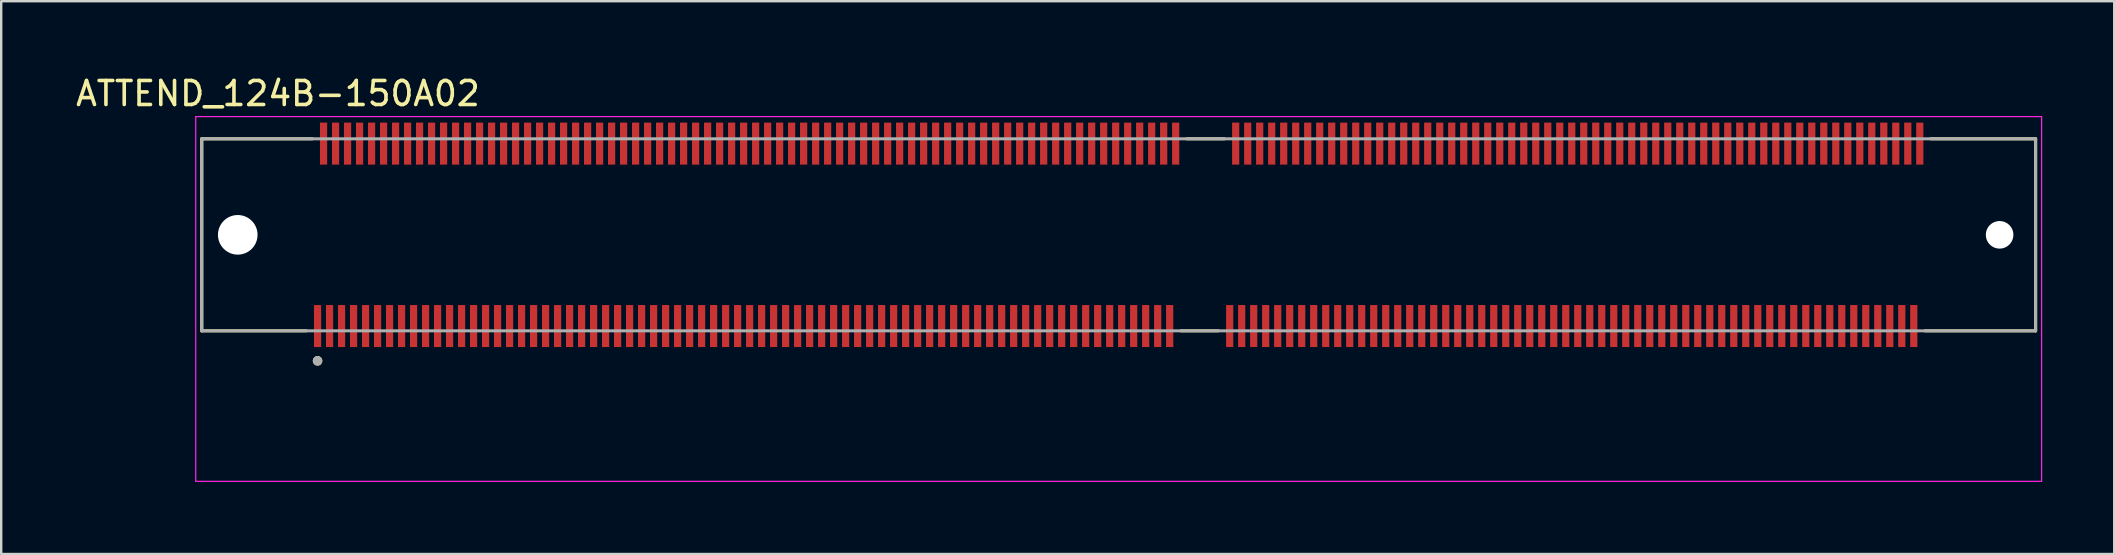
<source format=kicad_pcb>
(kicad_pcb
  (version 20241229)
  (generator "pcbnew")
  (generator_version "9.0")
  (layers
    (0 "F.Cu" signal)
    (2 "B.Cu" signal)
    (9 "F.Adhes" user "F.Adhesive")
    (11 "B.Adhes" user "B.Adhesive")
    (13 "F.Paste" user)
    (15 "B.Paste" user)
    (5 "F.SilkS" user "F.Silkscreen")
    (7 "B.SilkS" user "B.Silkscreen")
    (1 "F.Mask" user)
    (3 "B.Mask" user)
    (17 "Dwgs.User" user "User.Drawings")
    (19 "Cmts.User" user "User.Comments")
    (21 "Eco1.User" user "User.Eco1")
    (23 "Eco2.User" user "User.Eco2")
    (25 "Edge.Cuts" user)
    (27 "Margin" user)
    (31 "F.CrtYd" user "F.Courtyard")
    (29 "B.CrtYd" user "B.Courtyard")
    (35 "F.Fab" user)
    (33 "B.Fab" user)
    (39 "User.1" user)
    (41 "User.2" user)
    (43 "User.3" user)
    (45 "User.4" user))
  (footprint "ATTEND_124B-150A02"
    (layer "F.Cu")
    (at 43.555 6.733)
    (property "Reference" "ATTEND_124B-150A02" (at -35.025 -5.885 0) (layer "F.SilkS") (effects (font (size 1 1) (thickness 0.15))))
    (attr smd)
    (fp_line (start -38.2 -4) (end -33.595 -4) (stroke (width 0.127) (type solid)) (layer "F.SilkS"))
    (fp_line (start -38.2 4) (end -38.2 -4) (stroke (width 0.127) (type solid)) (layer "F.SilkS"))
    (fp_line (start -33.845 4) (end -38.2 4) (stroke (width 0.127) (type solid)) (layer "F.SilkS"))
    (fp_line (start 2.845 -4) (end 4.405 -4) (stroke (width 0.127) (type solid)) (layer "F.SilkS"))
    (fp_line (start 4.155 4) (end 2.595 4) (stroke (width 0.127) (type solid)) (layer "F.SilkS"))
    (fp_line (start 33.845 -4) (end 38.2 -4) (stroke (width 0.127) (type solid)) (layer "F.SilkS"))
    (fp_line (start 38.2 -4) (end 38.2 4) (stroke (width 0.127) (type solid)) (layer "F.SilkS"))
    (fp_line (start 38.2 4) (end 33.595 4) (stroke (width 0.127) (type solid)) (layer "F.SilkS"))
    (fp_circle (center -33.375 5.25) (end -33.275 5.25) (stroke (width 0.2) (type solid)) (fill no) (layer "F.SilkS"))
    (fp_line (start -38.45 -4.925) (end -38.45 10.271) (stroke (width 0.05) (type solid)) (layer "F.CrtYd"))
    (fp_line (start -38.45 10.271) (end 38.45 10.271) (stroke (width 0.05) (type solid)) (layer "F.CrtYd"))
    (fp_line (start 38.45 -4.925) (end -38.45 -4.925) (stroke (width 0.05) (type solid)) (layer "F.CrtYd"))
    (fp_line (start 38.45 10.271) (end 38.45 -4.925) (stroke (width 0.05) (type solid)) (layer "F.CrtYd"))
    (fp_line (start -38.2 -4) (end 38.2 -4) (stroke (width 0.127) (type solid)) (layer "F.Fab"))
    (fp_line (start -38.2 4) (end -38.2 -4) (stroke (width 0.127) (type solid)) (layer "F.Fab"))
    (fp_line (start 38.2 -4) (end 38.2 4) (stroke (width 0.127) (type solid)) (layer "F.Fab"))
    (fp_line (start 38.2 4) (end -38.2 4) (stroke (width 0.127) (type solid)) (layer "F.Fab"))
    (fp_circle (center -33.375 5.25) (end -33.275 5.25) (stroke (width 0.2) (type solid)) (fill no) (layer "F.Fab"))
    (pad "" np_thru_hole circle (at -36.7 0) (size 1.65 1.65) (drill 1.65) (layers "*.Cu" "*.Mask"))
    (pad "" np_thru_hole circle (at 36.7 0) (size 1.15 1.15) (drill 1.15) (layers "*.Cu" "*.Mask"))
    (pad "1" smd rect (at -33.375 3.8) (size 0.3 1.75) (layers "F.Cu" "F.Mask" "F.Paste"))
    (pad "2" smd rect (at -33.125 -3.8) (size 0.3 1.75) (layers "F.Cu" "F.Mask" "F.Paste"))
    (pad "3" smd rect (at -32.875 3.8) (size 0.3 1.75) (layers "F.Cu" "F.Mask" "F.Paste"))
    (pad "4" smd rect (at -32.625 -3.8) (size 0.3 1.75) (layers "F.Cu" "F.Mask" "F.Paste"))
    (pad "5" smd rect (at -32.375 3.8) (size 0.3 1.75) (layers "F.Cu" "F.Mask" "F.Paste"))
    (pad "6" smd rect (at -32.125 -3.8) (size 0.3 1.75) (layers "F.Cu" "F.Mask" "F.Paste"))
    (pad "7" smd rect (at -31.875 3.8) (size 0.3 1.75) (layers "F.Cu" "F.Mask" "F.Paste"))
    (pad "8" smd rect (at -31.625 -3.8) (size 0.3 1.75) (layers "F.Cu" "F.Mask" "F.Paste"))
    (pad "9" smd rect (at -31.375 3.8) (size 0.3 1.75) (layers "F.Cu" "F.Mask" "F.Paste"))
    (pad "10" smd rect (at -31.125 -3.8) (size 0.3 1.75) (layers "F.Cu" "F.Mask" "F.Paste"))
    (pad "11" smd rect (at -30.875 3.8) (size 0.3 1.75) (layers "F.Cu" "F.Mask" "F.Paste"))
    (pad "12" smd rect (at -30.625 -3.8) (size 0.3 1.75) (layers "F.Cu" "F.Mask" "F.Paste"))
    (pad "13" smd rect (at -30.375 3.8) (size 0.3 1.75) (layers "F.Cu" "F.Mask" "F.Paste"))
    (pad "14" smd rect (at -30.125 -3.8) (size 0.3 1.75) (layers "F.Cu" "F.Mask" "F.Paste"))
    (pad "15" smd rect (at -29.875 3.8) (size 0.3 1.75) (layers "F.Cu" "F.Mask" "F.Paste"))
    (pad "16" smd rect (at -29.625 -3.8) (size 0.3 1.75) (layers "F.Cu" "F.Mask" "F.Paste"))
    (pad "17" smd rect (at -29.375 3.8) (size 0.3 1.75) (layers "F.Cu" "F.Mask" "F.Paste"))
    (pad "18" smd rect (at -29.125 -3.8) (size 0.3 1.75) (layers "F.Cu" "F.Mask" "F.Paste"))
    (pad "19" smd rect (at -28.875 3.8) (size 0.3 1.75) (layers "F.Cu" "F.Mask" "F.Paste"))
    (pad "20" smd rect (at -28.625 -3.8) (size 0.3 1.75) (layers "F.Cu" "F.Mask" "F.Paste"))
    (pad "21" smd rect (at -28.375 3.8) (size 0.3 1.75) (layers "F.Cu" "F.Mask" "F.Paste"))
    (pad "22" smd rect (at -28.125 -3.8) (size 0.3 1.75) (layers "F.Cu" "F.Mask" "F.Paste"))
    (pad "23" smd rect (at -27.875 3.8) (size 0.3 1.75) (layers "F.Cu" "F.Mask" "F.Paste"))
    (pad "24" smd rect (at -27.625 -3.8) (size 0.3 1.75) (layers "F.Cu" "F.Mask" "F.Paste"))
    (pad "25" smd rect (at -27.375 3.8) (size 0.3 1.75) (layers "F.Cu" "F.Mask" "F.Paste"))
    (pad "26" smd rect (at -27.125 -3.8) (size 0.3 1.75) (layers "F.Cu" "F.Mask" "F.Paste"))
    (pad "27" smd rect (at -26.875 3.8) (size 0.3 1.75) (layers "F.Cu" "F.Mask" "F.Paste"))
    (pad "28" smd rect (at -26.625 -3.8) (size 0.3 1.75) (layers "F.Cu" "F.Mask" "F.Paste"))
    (pad "29" smd rect (at -26.375 3.8) (size 0.3 1.75) (layers "F.Cu" "F.Mask" "F.Paste"))
    (pad "30" smd rect (at -26.125 -3.8) (size 0.3 1.75) (layers "F.Cu" "F.Mask" "F.Paste"))
    (pad "31" smd rect (at -25.875 3.8) (size 0.3 1.75) (layers "F.Cu" "F.Mask" "F.Paste"))
    (pad "32" smd rect (at -25.625 -3.8) (size 0.3 1.75) (layers "F.Cu" "F.Mask" "F.Paste"))
    (pad "33" smd rect (at -25.375 3.8) (size 0.3 1.75) (layers "F.Cu" "F.Mask" "F.Paste"))
    (pad "34" smd rect (at -25.125 -3.8) (size 0.3 1.75) (layers "F.Cu" "F.Mask" "F.Paste"))
    (pad "35" smd rect (at -24.875 3.8) (size 0.3 1.75) (layers "F.Cu" "F.Mask" "F.Paste"))
    (pad "36" smd rect (at -24.625 -3.8) (size 0.3 1.75) (layers "F.Cu" "F.Mask" "F.Paste"))
    (pad "37" smd rect (at -24.375 3.8) (size 0.3 1.75) (layers "F.Cu" "F.Mask" "F.Paste"))
    (pad "38" smd rect (at -24.125 -3.8) (size 0.3 1.75) (layers "F.Cu" "F.Mask" "F.Paste"))
    (pad "39" smd rect (at -23.875 3.8) (size 0.3 1.75) (layers "F.Cu" "F.Mask" "F.Paste"))
    (pad "40" smd rect (at -23.625 -3.8) (size 0.3 1.75) (layers "F.Cu" "F.Mask" "F.Paste"))
    (pad "41" smd rect (at -23.375 3.8) (size 0.3 1.75) (layers "F.Cu" "F.Mask" "F.Paste"))
    (pad "42" smd rect (at -23.125 -3.8) (size 0.3 1.75) (layers "F.Cu" "F.Mask" "F.Paste"))
    (pad "43" smd rect (at -22.875 3.8) (size 0.3 1.75) (layers "F.Cu" "F.Mask" "F.Paste"))
    (pad "44" smd rect (at -22.625 -3.8) (size 0.3 1.75) (layers "F.Cu" "F.Mask" "F.Paste"))
    (pad "45" smd rect (at -22.375 3.8) (size 0.3 1.75) (layers "F.Cu" "F.Mask" "F.Paste"))
    (pad "46" smd rect (at -22.125 -3.8) (size 0.3 1.75) (layers "F.Cu" "F.Mask" "F.Paste"))
    (pad "47" smd rect (at -21.875 3.8) (size 0.3 1.75) (layers "F.Cu" "F.Mask" "F.Paste"))
    (pad "48" smd rect (at -21.625 -3.8) (size 0.3 1.75) (layers "F.Cu" "F.Mask" "F.Paste"))
    (pad "49" smd rect (at -21.375 3.8) (size 0.3 1.75) (layers "F.Cu" "F.Mask" "F.Paste"))
    (pad "50" smd rect (at -21.125 -3.8) (size 0.3 1.75) (layers "F.Cu" "F.Mask" "F.Paste"))
    (pad "51" smd rect (at -20.875 3.8) (size 0.3 1.75) (layers "F.Cu" "F.Mask" "F.Paste"))
    (pad "52" smd rect (at -20.625 -3.8) (size 0.3 1.75) (layers "F.Cu" "F.Mask" "F.Paste"))
    (pad "53" smd rect (at -20.375 3.8) (size 0.3 1.75) (layers "F.Cu" "F.Mask" "F.Paste"))
    (pad "54" smd rect (at -20.125 -3.8) (size 0.3 1.75) (layers "F.Cu" "F.Mask" "F.Paste"))
    (pad "55" smd rect (at -19.875 3.8) (size 0.3 1.75) (layers "F.Cu" "F.Mask" "F.Paste"))
    (pad "56" smd rect (at -19.625 -3.8) (size 0.3 1.75) (layers "F.Cu" "F.Mask" "F.Paste"))
    (pad "57" smd rect (at -19.375 3.8) (size 0.3 1.75) (layers "F.Cu" "F.Mask" "F.Paste"))
    (pad "58" smd rect (at -19.125 -3.8) (size 0.3 1.75) (layers "F.Cu" "F.Mask" "F.Paste"))
    (pad "59" smd rect (at -18.875 3.8) (size 0.3 1.75) (layers "F.Cu" "F.Mask" "F.Paste"))
    (pad "60" smd rect (at -18.625 -3.8) (size 0.3 1.75) (layers "F.Cu" "F.Mask" "F.Paste"))
    (pad "61" smd rect (at -18.375 3.8) (size 0.3 1.75) (layers "F.Cu" "F.Mask" "F.Paste"))
    (pad "62" smd rect (at -18.125 -3.8) (size 0.3 1.75) (layers "F.Cu" "F.Mask" "F.Paste"))
    (pad "63" smd rect (at -17.875 3.8) (size 0.3 1.75) (layers "F.Cu" "F.Mask" "F.Paste"))
    (pad "64" smd rect (at -17.625 -3.8) (size 0.3 1.75) (layers "F.Cu" "F.Mask" "F.Paste"))
    (pad "65" smd rect (at -17.375 3.8) (size 0.3 1.75) (layers "F.Cu" "F.Mask" "F.Paste"))
    (pad "66" smd rect (at -17.125 -3.8) (size 0.3 1.75) (layers "F.Cu" "F.Mask" "F.Paste"))
    (pad "67" smd rect (at -16.875 3.8) (size 0.3 1.75) (layers "F.Cu" "F.Mask" "F.Paste"))
    (pad "68" smd rect (at -16.625 -3.8) (size 0.3 1.75) (layers "F.Cu" "F.Mask" "F.Paste"))
    (pad "69" smd rect (at -16.375 3.8) (size 0.3 1.75) (layers "F.Cu" "F.Mask" "F.Paste"))
    (pad "70" smd rect (at -16.125 -3.8) (size 0.3 1.75) (layers "F.Cu" "F.Mask" "F.Paste"))
    (pad "71" smd rect (at -15.875 3.8) (size 0.3 1.75) (layers "F.Cu" "F.Mask" "F.Paste"))
    (pad "72" smd rect (at -15.625 -3.8) (size 0.3 1.75) (layers "F.Cu" "F.Mask" "F.Paste"))
    (pad "73" smd rect (at -15.375 3.8) (size 0.3 1.75) (layers "F.Cu" "F.Mask" "F.Paste"))
    (pad "74" smd rect (at -15.125 -3.8) (size 0.3 1.75) (layers "F.Cu" "F.Mask" "F.Paste"))
    (pad "75" smd rect (at -14.875 3.8) (size 0.3 1.75) (layers "F.Cu" "F.Mask" "F.Paste"))
    (pad "76" smd rect (at -14.625 -3.8) (size 0.3 1.75) (layers "F.Cu" "F.Mask" "F.Paste"))
    (pad "77" smd rect (at -14.375 3.8) (size 0.3 1.75) (layers "F.Cu" "F.Mask" "F.Paste"))
    (pad "78" smd rect (at -14.125 -3.8) (size 0.3 1.75) (layers "F.Cu" "F.Mask" "F.Paste"))
    (pad "79" smd rect (at -13.875 3.8) (size 0.3 1.75) (layers "F.Cu" "F.Mask" "F.Paste"))
    (pad "80" smd rect (at -13.625 -3.8) (size 0.3 1.75) (layers "F.Cu" "F.Mask" "F.Paste"))
    (pad "81" smd rect (at -13.375 3.8) (size 0.3 1.75) (layers "F.Cu" "F.Mask" "F.Paste"))
    (pad "82" smd rect (at -13.125 -3.8) (size 0.3 1.75) (layers "F.Cu" "F.Mask" "F.Paste"))
    (pad "83" smd rect (at -12.875 3.8) (size 0.3 1.75) (layers "F.Cu" "F.Mask" "F.Paste"))
    (pad "84" smd rect (at -12.625 -3.8) (size 0.3 1.75) (layers "F.Cu" "F.Mask" "F.Paste"))
    (pad "85" smd rect (at -12.375 3.8) (size 0.3 1.75) (layers "F.Cu" "F.Mask" "F.Paste"))
    (pad "86" smd rect (at -12.125 -3.8) (size 0.3 1.75) (layers "F.Cu" "F.Mask" "F.Paste"))
    (pad "87" smd rect (at -11.875 3.8) (size 0.3 1.75) (layers "F.Cu" "F.Mask" "F.Paste"))
    (pad "88" smd rect (at -11.625 -3.8) (size 0.3 1.75) (layers "F.Cu" "F.Mask" "F.Paste"))
    (pad "89" smd rect (at -11.375 3.8) (size 0.3 1.75) (layers "F.Cu" "F.Mask" "F.Paste"))
    (pad "90" smd rect (at -11.125 -3.8) (size 0.3 1.75) (layers "F.Cu" "F.Mask" "F.Paste"))
    (pad "91" smd rect (at -10.875 3.8) (size 0.3 1.75) (layers "F.Cu" "F.Mask" "F.Paste"))
    (pad "92" smd rect (at -10.625 -3.8) (size 0.3 1.75) (layers "F.Cu" "F.Mask" "F.Paste"))
    (pad "93" smd rect (at -10.375 3.8) (size 0.3 1.75) (layers "F.Cu" "F.Mask" "F.Paste"))
    (pad "94" smd rect (at -10.125 -3.8) (size 0.3 1.75) (layers "F.Cu" "F.Mask" "F.Paste"))
    (pad "95" smd rect (at -9.875 3.8) (size 0.3 1.75) (layers "F.Cu" "F.Mask" "F.Paste"))
    (pad "96" smd rect (at -9.625 -3.8) (size 0.3 1.75) (layers "F.Cu" "F.Mask" "F.Paste"))
    (pad "97" smd rect (at -9.375 3.8) (size 0.3 1.75) (layers "F.Cu" "F.Mask" "F.Paste"))
    (pad "98" smd rect (at -9.125 -3.8) (size 0.3 1.75) (layers "F.Cu" "F.Mask" "F.Paste"))
    (pad "99" smd rect (at -8.875 3.8) (size 0.3 1.75) (layers "F.Cu" "F.Mask" "F.Paste"))
    (pad "100" smd rect (at -8.625 -3.8) (size 0.3 1.75) (layers "F.Cu" "F.Mask" "F.Paste"))
    (pad "101" smd rect (at -8.375 3.8) (size 0.3 1.75) (layers "F.Cu" "F.Mask" "F.Paste"))
    (pad "102" smd rect (at -8.125 -3.8) (size 0.3 1.75) (layers "F.Cu" "F.Mask" "F.Paste"))
    (pad "103" smd rect (at -7.875 3.8) (size 0.3 1.75) (layers "F.Cu" "F.Mask" "F.Paste"))
    (pad "104" smd rect (at -7.625 -3.8) (size 0.3 1.75) (layers "F.Cu" "F.Mask" "F.Paste"))
    (pad "105" smd rect (at -7.375 3.8) (size 0.3 1.75) (layers "F.Cu" "F.Mask" "F.Paste"))
    (pad "106" smd rect (at -7.125 -3.8) (size 0.3 1.75) (layers "F.Cu" "F.Mask" "F.Paste"))
    (pad "107" smd rect (at -6.875 3.8) (size 0.3 1.75) (layers "F.Cu" "F.Mask" "F.Paste"))
    (pad "108" smd rect (at -6.625 -3.8) (size 0.3 1.75) (layers "F.Cu" "F.Mask" "F.Paste"))
    (pad "109" smd rect (at -6.375 3.8) (size 0.3 1.75) (layers "F.Cu" "F.Mask" "F.Paste"))
    (pad "110" smd rect (at -6.125 -3.8) (size 0.3 1.75) (layers "F.Cu" "F.Mask" "F.Paste"))
    (pad "111" smd rect (at -5.875 3.8) (size 0.3 1.75) (layers "F.Cu" "F.Mask" "F.Paste"))
    (pad "112" smd rect (at -5.625 -3.8) (size 0.3 1.75) (layers "F.Cu" "F.Mask" "F.Paste"))
    (pad "113" smd rect (at -5.375 3.8) (size 0.3 1.75) (layers "F.Cu" "F.Mask" "F.Paste"))
    (pad "114" smd rect (at -5.125 -3.8) (size 0.3 1.75) (layers "F.Cu" "F.Mask" "F.Paste"))
    (pad "115" smd rect (at -4.875 3.8) (size 0.3 1.75) (layers "F.Cu" "F.Mask" "F.Paste"))
    (pad "116" smd rect (at -4.625 -3.8) (size 0.3 1.75) (layers "F.Cu" "F.Mask" "F.Paste"))
    (pad "117" smd rect (at -4.375 3.8) (size 0.3 1.75) (layers "F.Cu" "F.Mask" "F.Paste"))
    (pad "118" smd rect (at -4.125 -3.8) (size 0.3 1.75) (layers "F.Cu" "F.Mask" "F.Paste"))
    (pad "119" smd rect (at -3.875 3.8) (size 0.3 1.75) (layers "F.Cu" "F.Mask" "F.Paste"))
    (pad "120" smd rect (at -3.625 -3.8) (size 0.3 1.75) (layers "F.Cu" "F.Mask" "F.Paste"))
    (pad "121" smd rect (at -3.375 3.8) (size 0.3 1.75) (layers "F.Cu" "F.Mask" "F.Paste"))
    (pad "122" smd rect (at -3.125 -3.8) (size 0.3 1.75) (layers "F.Cu" "F.Mask" "F.Paste"))
    (pad "123" smd rect (at -2.875 3.8) (size 0.3 1.75) (layers "F.Cu" "F.Mask" "F.Paste"))
    (pad "124" smd rect (at -2.625 -3.8) (size 0.3 1.75) (layers "F.Cu" "F.Mask" "F.Paste"))
    (pad "125" smd rect (at -2.375 3.8) (size 0.3 1.75) (layers "F.Cu" "F.Mask" "F.Paste"))
    (pad "126" smd rect (at -2.125 -3.8) (size 0.3 1.75) (layers "F.Cu" "F.Mask" "F.Paste"))
    (pad "127" smd rect (at -1.875 3.8) (size 0.3 1.75) (layers "F.Cu" "F.Mask" "F.Paste"))
    (pad "128" smd rect (at -1.625 -3.8) (size 0.3 1.75) (layers "F.Cu" "F.Mask" "F.Paste"))
    (pad "129" smd rect (at -1.375 3.8) (size 0.3 1.75) (layers "F.Cu" "F.Mask" "F.Paste"))
    (pad "130" smd rect (at -1.125 -3.8) (size 0.3 1.75) (layers "F.Cu" "F.Mask" "F.Paste"))
    (pad "131" smd rect (at -0.875 3.8) (size 0.3 1.75) (layers "F.Cu" "F.Mask" "F.Paste"))
    (pad "132" smd rect (at -0.625 -3.8) (size 0.3 1.75) (layers "F.Cu" "F.Mask" "F.Paste"))
    (pad "133" smd rect (at -0.375 3.8) (size 0.3 1.75) (layers "F.Cu" "F.Mask" "F.Paste"))
    (pad "134" smd rect (at -0.125 -3.8) (size 0.3 1.75) (layers "F.Cu" "F.Mask" "F.Paste"))
    (pad "135" smd rect (at 0.125 3.8) (size 0.3 1.75) (layers "F.Cu" "F.Mask" "F.Paste"))
    (pad "136" smd rect (at 0.375 -3.8) (size 0.3 1.75) (layers "F.Cu" "F.Mask" "F.Paste"))
    (pad "137" smd rect (at 0.625 3.8) (size 0.3 1.75) (layers "F.Cu" "F.Mask" "F.Paste"))
    (pad "138" smd rect (at 0.875 -3.8) (size 0.3 1.75) (layers "F.Cu" "F.Mask" "F.Paste"))
    (pad "139" smd rect (at 1.125 3.8) (size 0.3 1.75) (layers "F.Cu" "F.Mask" "F.Paste"))
    (pad "140" smd rect (at 1.375 -3.8) (size 0.3 1.75) (layers "F.Cu" "F.Mask" "F.Paste"))
    (pad "141" smd rect (at 1.625 3.8) (size 0.3 1.75) (layers "F.Cu" "F.Mask" "F.Paste"))
    (pad "142" smd rect (at 1.875 -3.8) (size 0.3 1.75) (layers "F.Cu" "F.Mask" "F.Paste"))
    (pad "143" smd rect (at 2.125 3.8) (size 0.3 1.75) (layers "F.Cu" "F.Mask" "F.Paste"))
    (pad "144" smd rect (at 2.375 -3.8) (size 0.3 1.75) (layers "F.Cu" "F.Mask" "F.Paste"))
    (pad "145" smd rect (at 4.625 3.8) (size 0.3 1.75) (layers "F.Cu" "F.Mask" "F.Paste"))
    (pad "146" smd rect (at 4.875 -3.8) (size 0.3 1.75) (layers "F.Cu" "F.Mask" "F.Paste"))
    (pad "147" smd rect (at 5.125 3.8) (size 0.3 1.75) (layers "F.Cu" "F.Mask" "F.Paste"))
    (pad "148" smd rect (at 5.375 -3.8) (size 0.3 1.75) (layers "F.Cu" "F.Mask" "F.Paste"))
    (pad "149" smd rect (at 5.625 3.8) (size 0.3 1.75) (layers "F.Cu" "F.Mask" "F.Paste"))
    (pad "150" smd rect (at 5.875 -3.8) (size 0.3 1.75) (layers "F.Cu" "F.Mask" "F.Paste"))
    (pad "151" smd rect (at 6.125 3.8) (size 0.3 1.75) (layers "F.Cu" "F.Mask" "F.Paste"))
    (pad "152" smd rect (at 6.375 -3.8) (size 0.3 1.75) (layers "F.Cu" "F.Mask" "F.Paste"))
    (pad "153" smd rect (at 6.625 3.8) (size 0.3 1.75) (layers "F.Cu" "F.Mask" "F.Paste"))
    (pad "154" smd rect (at 6.875 -3.8) (size 0.3 1.75) (layers "F.Cu" "F.Mask" "F.Paste"))
    (pad "155" smd rect (at 7.125 3.8) (size 0.3 1.75) (layers "F.Cu" "F.Mask" "F.Paste"))
    (pad "156" smd rect (at 7.375 -3.8) (size 0.3 1.75) (layers "F.Cu" "F.Mask" "F.Paste"))
    (pad "157" smd rect (at 7.625 3.8) (size 0.3 1.75) (layers "F.Cu" "F.Mask" "F.Paste"))
    (pad "158" smd rect (at 7.875 -3.8) (size 0.3 1.75) (layers "F.Cu" "F.Mask" "F.Paste"))
    (pad "159" smd rect (at 8.125 3.8) (size 0.3 1.75) (layers "F.Cu" "F.Mask" "F.Paste"))
    (pad "160" smd rect (at 8.375 -3.8) (size 0.3 1.75) (layers "F.Cu" "F.Mask" "F.Paste"))
    (pad "161" smd rect (at 8.625 3.8) (size 0.3 1.75) (layers "F.Cu" "F.Mask" "F.Paste"))
    (pad "162" smd rect (at 8.875 -3.8) (size 0.3 1.75) (layers "F.Cu" "F.Mask" "F.Paste"))
    (pad "163" smd rect (at 9.125 3.8) (size 0.3 1.75) (layers "F.Cu" "F.Mask" "F.Paste"))
    (pad "164" smd rect (at 9.375 -3.8) (size 0.3 1.75) (layers "F.Cu" "F.Mask" "F.Paste"))
    (pad "165" smd rect (at 9.625 3.8) (size 0.3 1.75) (layers "F.Cu" "F.Mask" "F.Paste"))
    (pad "166" smd rect (at 9.875 -3.8) (size 0.3 1.75) (layers "F.Cu" "F.Mask" "F.Paste"))
    (pad "167" smd rect (at 10.125 3.8) (size 0.3 1.75) (layers "F.Cu" "F.Mask" "F.Paste"))
    (pad "168" smd rect (at 10.375 -3.8) (size 0.3 1.75) (layers "F.Cu" "F.Mask" "F.Paste"))
    (pad "169" smd rect (at 10.625 3.8) (size 0.3 1.75) (layers "F.Cu" "F.Mask" "F.Paste"))
    (pad "170" smd rect (at 10.875 -3.8) (size 0.3 1.75) (layers "F.Cu" "F.Mask" "F.Paste"))
    (pad "171" smd rect (at 11.125 3.8) (size 0.3 1.75) (layers "F.Cu" "F.Mask" "F.Paste"))
    (pad "172" smd rect (at 11.375 -3.8) (size 0.3 1.75) (layers "F.Cu" "F.Mask" "F.Paste"))
    (pad "173" smd rect (at 11.625 3.8) (size 0.3 1.75) (layers "F.Cu" "F.Mask" "F.Paste"))
    (pad "174" smd rect (at 11.875 -3.8) (size 0.3 1.75) (layers "F.Cu" "F.Mask" "F.Paste"))
    (pad "175" smd rect (at 12.125 3.8) (size 0.3 1.75) (layers "F.Cu" "F.Mask" "F.Paste"))
    (pad "176" smd rect (at 12.375 -3.8) (size 0.3 1.75) (layers "F.Cu" "F.Mask" "F.Paste"))
    (pad "177" smd rect (at 12.625 3.8) (size 0.3 1.75) (layers "F.Cu" "F.Mask" "F.Paste"))
    (pad "178" smd rect (at 12.875 -3.8) (size 0.3 1.75) (layers "F.Cu" "F.Mask" "F.Paste"))
    (pad "179" smd rect (at 13.125 3.8) (size 0.3 1.75) (layers "F.Cu" "F.Mask" "F.Paste"))
    (pad "180" smd rect (at 13.375 -3.8) (size 0.3 1.75) (layers "F.Cu" "F.Mask" "F.Paste"))
    (pad "181" smd rect (at 13.625 3.8) (size 0.3 1.75) (layers "F.Cu" "F.Mask" "F.Paste"))
    (pad "182" smd rect (at 13.875 -3.8) (size 0.3 1.75) (layers "F.Cu" "F.Mask" "F.Paste"))
    (pad "183" smd rect (at 14.125 3.8) (size 0.3 1.75) (layers "F.Cu" "F.Mask" "F.Paste"))
    (pad "184" smd rect (at 14.375 -3.8) (size 0.3 1.75) (layers "F.Cu" "F.Mask" "F.Paste"))
    (pad "185" smd rect (at 14.625 3.8) (size 0.3 1.75) (layers "F.Cu" "F.Mask" "F.Paste"))
    (pad "186" smd rect (at 14.875 -3.8) (size 0.3 1.75) (layers "F.Cu" "F.Mask" "F.Paste"))
    (pad "187" smd rect (at 15.125 3.8) (size 0.3 1.75) (layers "F.Cu" "F.Mask" "F.Paste"))
    (pad "188" smd rect (at 15.375 -3.8) (size 0.3 1.75) (layers "F.Cu" "F.Mask" "F.Paste"))
    (pad "189" smd rect (at 15.625 3.8) (size 0.3 1.75) (layers "F.Cu" "F.Mask" "F.Paste"))
    (pad "190" smd rect (at 15.875 -3.8) (size 0.3 1.75) (layers "F.Cu" "F.Mask" "F.Paste"))
    (pad "191" smd rect (at 16.125 3.8) (size 0.3 1.75) (layers "F.Cu" "F.Mask" "F.Paste"))
    (pad "192" smd rect (at 16.375 -3.8) (size 0.3 1.75) (layers "F.Cu" "F.Mask" "F.Paste"))
    (pad "193" smd rect (at 16.625 3.8) (size 0.3 1.75) (layers "F.Cu" "F.Mask" "F.Paste"))
    (pad "194" smd rect (at 16.875 -3.8) (size 0.3 1.75) (layers "F.Cu" "F.Mask" "F.Paste"))
    (pad "195" smd rect (at 17.125 3.8) (size 0.3 1.75) (layers "F.Cu" "F.Mask" "F.Paste"))
    (pad "196" smd rect (at 17.375 -3.8) (size 0.3 1.75) (layers "F.Cu" "F.Mask" "F.Paste"))
    (pad "197" smd rect (at 17.625 3.8) (size 0.3 1.75) (layers "F.Cu" "F.Mask" "F.Paste"))
    (pad "198" smd rect (at 17.875 -3.8) (size 0.3 1.75) (layers "F.Cu" "F.Mask" "F.Paste"))
    (pad "199" smd rect (at 18.125 3.8) (size 0.3 1.75) (layers "F.Cu" "F.Mask" "F.Paste"))
    (pad "200" smd rect (at 18.375 -3.8) (size 0.3 1.75) (layers "F.Cu" "F.Mask" "F.Paste"))
    (pad "201" smd rect (at 18.625 3.8) (size 0.3 1.75) (layers "F.Cu" "F.Mask" "F.Paste"))
    (pad "202" smd rect (at 18.875 -3.8) (size 0.3 1.75) (layers "F.Cu" "F.Mask" "F.Paste"))
    (pad "203" smd rect (at 19.125 3.8) (size 0.3 1.75) (layers "F.Cu" "F.Mask" "F.Paste"))
    (pad "204" smd rect (at 19.375 -3.8) (size 0.3 1.75) (layers "F.Cu" "F.Mask" "F.Paste"))
    (pad "205" smd rect (at 19.625 3.8) (size 0.3 1.75) (layers "F.Cu" "F.Mask" "F.Paste"))
    (pad "206" smd rect (at 19.875 -3.8) (size 0.3 1.75) (layers "F.Cu" "F.Mask" "F.Paste"))
    (pad "207" smd rect (at 20.125 3.8) (size 0.3 1.75) (layers "F.Cu" "F.Mask" "F.Paste"))
    (pad "208" smd rect (at 20.375 -3.8) (size 0.3 1.75) (layers "F.Cu" "F.Mask" "F.Paste"))
    (pad "209" smd rect (at 20.625 3.8) (size 0.3 1.75) (layers "F.Cu" "F.Mask" "F.Paste"))
    (pad "210" smd rect (at 20.875 -3.8) (size 0.3 1.75) (layers "F.Cu" "F.Mask" "F.Paste"))
    (pad "211" smd rect (at 21.125 3.8) (size 0.3 1.75) (layers "F.Cu" "F.Mask" "F.Paste"))
    (pad "212" smd rect (at 21.375 -3.8) (size 0.3 1.75) (layers "F.Cu" "F.Mask" "F.Paste"))
    (pad "213" smd rect (at 21.625 3.8) (size 0.3 1.75) (layers "F.Cu" "F.Mask" "F.Paste"))
    (pad "214" smd rect (at 21.875 -3.8) (size 0.3 1.75) (layers "F.Cu" "F.Mask" "F.Paste"))
    (pad "215" smd rect (at 22.125 3.8) (size 0.3 1.75) (layers "F.Cu" "F.Mask" "F.Paste"))
    (pad "216" smd rect (at 22.375 -3.8) (size 0.3 1.75) (layers "F.Cu" "F.Mask" "F.Paste"))
    (pad "217" smd rect (at 22.625 3.8) (size 0.3 1.75) (layers "F.Cu" "F.Mask" "F.Paste"))
    (pad "218" smd rect (at 22.875 -3.8) (size 0.3 1.75) (layers "F.Cu" "F.Mask" "F.Paste"))
    (pad "219" smd rect (at 23.125 3.8) (size 0.3 1.75) (layers "F.Cu" "F.Mask" "F.Paste"))
    (pad "220" smd rect (at 23.375 -3.8) (size 0.3 1.75) (layers "F.Cu" "F.Mask" "F.Paste"))
    (pad "221" smd rect (at 23.625 3.8) (size 0.3 1.75) (layers "F.Cu" "F.Mask" "F.Paste"))
    (pad "222" smd rect (at 23.875 -3.8) (size 0.3 1.75) (layers "F.Cu" "F.Mask" "F.Paste"))
    (pad "223" smd rect (at 24.125 3.8) (size 0.3 1.75) (layers "F.Cu" "F.Mask" "F.Paste"))
    (pad "224" smd rect (at 24.375 -3.8) (size 0.3 1.75) (layers "F.Cu" "F.Mask" "F.Paste"))
    (pad "225" smd rect (at 24.625 3.8) (size 0.3 1.75) (layers "F.Cu" "F.Mask" "F.Paste"))
    (pad "226" smd rect (at 24.875 -3.8) (size 0.3 1.75) (layers "F.Cu" "F.Mask" "F.Paste"))
    (pad "227" smd rect (at 25.125 3.8) (size 0.3 1.75) (layers "F.Cu" "F.Mask" "F.Paste"))
    (pad "228" smd rect (at 25.375 -3.8) (size 0.3 1.75) (layers "F.Cu" "F.Mask" "F.Paste"))
    (pad "229" smd rect (at 25.625 3.8) (size 0.3 1.75) (layers "F.Cu" "F.Mask" "F.Paste"))
    (pad "230" smd rect (at 25.875 -3.8) (size 0.3 1.75) (layers "F.Cu" "F.Mask" "F.Paste"))
    (pad "231" smd rect (at 26.125 3.8) (size 0.3 1.75) (layers "F.Cu" "F.Mask" "F.Paste"))
    (pad "232" smd rect (at 26.375 -3.8) (size 0.3 1.75) (layers "F.Cu" "F.Mask" "F.Paste"))
    (pad "233" smd rect (at 26.625 3.8) (size 0.3 1.75) (layers "F.Cu" "F.Mask" "F.Paste"))
    (pad "234" smd rect (at 26.875 -3.8) (size 0.3 1.75) (layers "F.Cu" "F.Mask" "F.Paste"))
    (pad "235" smd rect (at 27.125 3.8) (size 0.3 1.75) (layers "F.Cu" "F.Mask" "F.Paste"))
    (pad "236" smd rect (at 27.375 -3.8) (size 0.3 1.75) (layers "F.Cu" "F.Mask" "F.Paste"))
    (pad "237" smd rect (at 27.625 3.8) (size 0.3 1.75) (layers "F.Cu" "F.Mask" "F.Paste"))
    (pad "238" smd rect (at 27.875 -3.8) (size 0.3 1.75) (layers "F.Cu" "F.Mask" "F.Paste"))
    (pad "239" smd rect (at 28.125 3.8) (size 0.3 1.75) (layers "F.Cu" "F.Mask" "F.Paste"))
    (pad "240" smd rect (at 28.375 -3.8) (size 0.3 1.75) (layers "F.Cu" "F.Mask" "F.Paste"))
    (pad "241" smd rect (at 28.625 3.8) (size 0.3 1.75) (layers "F.Cu" "F.Mask" "F.Paste"))
    (pad "242" smd rect (at 28.875 -3.8) (size 0.3 1.75) (layers "F.Cu" "F.Mask" "F.Paste"))
    (pad "243" smd rect (at 29.125 3.8) (size 0.3 1.75) (layers "F.Cu" "F.Mask" "F.Paste"))
    (pad "244" smd rect (at 29.375 -3.8) (size 0.3 1.75) (layers "F.Cu" "F.Mask" "F.Paste"))
    (pad "245" smd rect (at 29.625 3.8) (size 0.3 1.75) (layers "F.Cu" "F.Mask" "F.Paste"))
    (pad "246" smd rect (at 29.875 -3.8) (size 0.3 1.75) (layers "F.Cu" "F.Mask" "F.Paste"))
    (pad "247" smd rect (at 30.125 3.8) (size 0.3 1.75) (layers "F.Cu" "F.Mask" "F.Paste"))
    (pad "248" smd rect (at 30.375 -3.8) (size 0.3 1.75) (layers "F.Cu" "F.Mask" "F.Paste"))
    (pad "249" smd rect (at 30.625 3.8) (size 0.3 1.75) (layers "F.Cu" "F.Mask" "F.Paste"))
    (pad "250" smd rect (at 30.875 -3.8) (size 0.3 1.75) (layers "F.Cu" "F.Mask" "F.Paste"))
    (pad "251" smd rect (at 31.125 3.8) (size 0.3 1.75) (layers "F.Cu" "F.Mask" "F.Paste"))
    (pad "252" smd rect (at 31.375 -3.8) (size 0.3 1.75) (layers "F.Cu" "F.Mask" "F.Paste"))
    (pad "253" smd rect (at 31.625 3.8) (size 0.3 1.75) (layers "F.Cu" "F.Mask" "F.Paste"))
    (pad "254" smd rect (at 31.875 -3.8) (size 0.3 1.75) (layers "F.Cu" "F.Mask" "F.Paste"))
    (pad "255" smd rect (at 32.125 3.8) (size 0.3 1.75) (layers "F.Cu" "F.Mask" "F.Paste"))
    (pad "256" smd rect (at 32.375 -3.8) (size 0.3 1.75) (layers "F.Cu" "F.Mask" "F.Paste"))
    (pad "257" smd rect (at 32.625 3.8) (size 0.3 1.75) (layers "F.Cu" "F.Mask" "F.Paste"))
    (pad "258" smd rect (at 32.875 -3.8) (size 0.3 1.75) (layers "F.Cu" "F.Mask" "F.Paste"))
    (pad "259" smd rect (at 33.125 3.8) (size 0.3 1.75) (layers "F.Cu" "F.Mask" "F.Paste"))
    (pad "260" smd rect (at 33.375 -3.8) (size 0.3 1.75) (layers "F.Cu" "F.Mask" "F.Paste")))
  (gr_rect
    (start -3 -3)
    (end 85.03 20.03)
    (stroke (width 0.1) (type default))
    (fill no)
    (layer "Edge.Cuts")))
</source>
